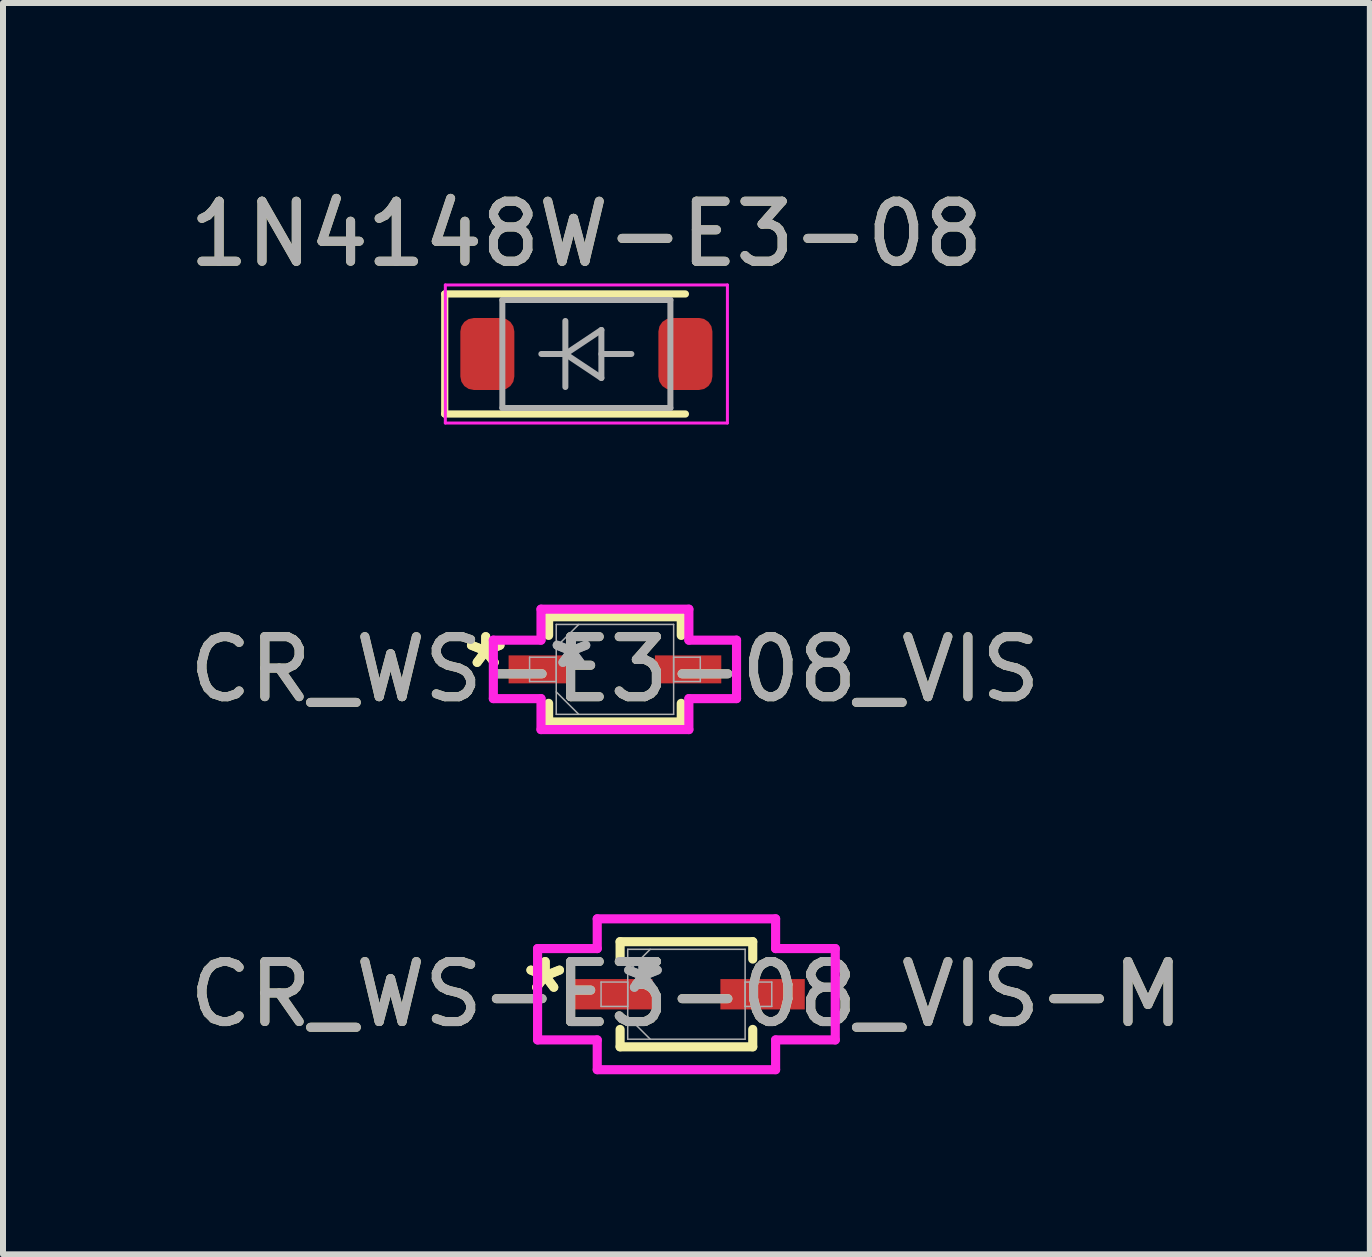
<source format=kicad_pcb>
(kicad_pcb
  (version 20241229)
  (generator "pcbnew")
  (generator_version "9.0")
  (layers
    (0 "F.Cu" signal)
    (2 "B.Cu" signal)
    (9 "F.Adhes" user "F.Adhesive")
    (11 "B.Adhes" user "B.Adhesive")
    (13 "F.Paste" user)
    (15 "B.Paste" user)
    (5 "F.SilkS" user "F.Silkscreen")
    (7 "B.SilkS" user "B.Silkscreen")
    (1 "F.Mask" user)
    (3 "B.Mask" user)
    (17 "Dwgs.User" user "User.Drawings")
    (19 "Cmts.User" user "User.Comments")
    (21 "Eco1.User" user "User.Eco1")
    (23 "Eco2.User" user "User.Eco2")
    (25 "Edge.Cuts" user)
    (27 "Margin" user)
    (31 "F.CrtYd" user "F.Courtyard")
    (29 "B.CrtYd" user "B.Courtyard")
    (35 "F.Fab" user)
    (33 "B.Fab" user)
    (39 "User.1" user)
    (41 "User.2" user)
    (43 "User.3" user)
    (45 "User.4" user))
  (footprint "CR_WS-E3-08_VIS-M"
    (layer "F.Cu")
    (at 8.387 13.516)
    (property "Reference" "CR_WS-E3-08_VIS-M" (at 0 0 0) (unlocked yes) (layer "F.SilkS") (effects (font (size 1 1) (thickness 0.15))))
    (attr smd)
    (fp_line (start -1.105 -0.876) (end -1.105 -0.586) (stroke (width 0.152) (type solid)) (layer "F.SilkS"))
    (fp_line (start -1.105 0.586) (end -1.105 0.876) (stroke (width 0.152) (type solid)) (layer "F.SilkS"))
    (fp_line (start -1.105 0.876) (end 1.105 0.876) (stroke (width 0.152) (type solid)) (layer "F.SilkS"))
    (fp_line (start 1.105 -0.876) (end -1.105 -0.876) (stroke (width 0.152) (type solid)) (layer "F.SilkS"))
    (fp_line (start 1.105 -0.586) (end 1.105 -0.876) (stroke (width 0.152) (type solid)) (layer "F.SilkS"))
    (fp_line (start 1.105 0.876) (end 1.105 0.586) (stroke (width 0.152) (type solid)) (layer "F.SilkS"))
    (fp_line (start -2.48 -0.761) (end -1.486 -0.761) (stroke (width 0.152) (type solid)) (layer "F.CrtYd"))
    (fp_line (start -2.48 0.761) (end -2.48 -0.761) (stroke (width 0.152) (type solid)) (layer "F.CrtYd"))
    (fp_line (start -1.486 -1.257) (end 1.486 -1.257) (stroke (width 0.152) (type solid)) (layer "F.CrtYd"))
    (fp_line (start -1.486 -0.761) (end -1.486 -1.257) (stroke (width 0.152) (type solid)) (layer "F.CrtYd"))
    (fp_line (start -1.486 0.761) (end -2.48 0.761) (stroke (width 0.152) (type solid)) (layer "F.CrtYd"))
    (fp_line (start -1.486 1.257) (end -1.486 0.761) (stroke (width 0.152) (type solid)) (layer "F.CrtYd"))
    (fp_line (start 1.486 -1.257) (end 1.486 -0.761) (stroke (width 0.152) (type solid)) (layer "F.CrtYd"))
    (fp_line (start 1.486 -0.761) (end 2.48 -0.761) (stroke (width 0.152) (type solid)) (layer "F.CrtYd"))
    (fp_line (start 1.486 0.761) (end 1.486 1.257) (stroke (width 0.152) (type solid)) (layer "F.CrtYd"))
    (fp_line (start 1.486 1.257) (end -1.486 1.257) (stroke (width 0.152) (type solid)) (layer "F.CrtYd"))
    (fp_line (start 2.48 -0.761) (end 2.48 0.761) (stroke (width 0.152) (type solid)) (layer "F.CrtYd"))
    (fp_line (start 2.48 0.761) (end 1.486 0.761) (stroke (width 0.152) (type solid)) (layer "F.CrtYd"))
    (fp_line (start -1.422 -0.203) (end -1.422 0.203) (stroke (width 0.025) (type solid)) (layer "F.Fab"))
    (fp_line (start -1.422 0.203) (end -0.978 0.203) (stroke (width 0.025) (type solid)) (layer "F.Fab"))
    (fp_line (start -0.978 -0.749) (end -0.978 0.749) (stroke (width 0.025) (type solid)) (layer "F.Fab"))
    (fp_line (start -0.978 -0.375) (end -0.603 -0.749) (stroke (width 0.025) (type solid)) (layer "F.Fab"))
    (fp_line (start -0.978 -0.203) (end -1.422 -0.203) (stroke (width 0.025) (type solid)) (layer "F.Fab"))
    (fp_line (start -0.978 0.203) (end -0.978 -0.203) (stroke (width 0.025) (type solid)) (layer "F.Fab"))
    (fp_line (start -0.978 0.375) (end -0.603 0.749) (stroke (width 0.025) (type solid)) (layer "F.Fab"))
    (fp_line (start -0.978 0.749) (end 0.978 0.749) (stroke (width 0.025) (type solid)) (layer "F.Fab"))
    (fp_line (start 0.978 -0.749) (end -0.978 -0.749) (stroke (width 0.025) (type solid)) (layer "F.Fab"))
    (fp_line (start 0.978 -0.203) (end 0.978 0.203) (stroke (width 0.025) (type solid)) (layer "F.Fab"))
    (fp_line (start 0.978 0.203) (end 1.422 0.203) (stroke (width 0.025) (type solid)) (layer "F.Fab"))
    (fp_line (start 0.978 0.749) (end 0.978 -0.749) (stroke (width 0.025) (type solid)) (layer "F.Fab"))
    (fp_line (start 1.422 -0.203) (end 0.978 -0.203) (stroke (width 0.025) (type solid)) (layer "F.Fab"))
    (fp_line (start 1.422 0.203) (end 1.422 -0.203) (stroke (width 0.025) (type solid)) (layer "F.Fab"))
    (fp_text user "*" (at -2.353 0 0) (layer "F.SilkS") (effects (font (size 1 1) (thickness 0.15))))
    (fp_text user "*" (at -2.353 0 0) (unlocked yes) (layer "F.SilkS") (effects (font (size 1 1) (thickness 0.15))))
    (fp_text user "*" (at -0.724 0 0) (unlocked yes) (layer "F.Fab") (effects (font (size 1 1) (thickness 0.15))))
    (fp_text user "*" (at -0.724 0 0) (layer "F.Fab") (effects (font (size 1 1) (thickness 0.15))))
    (fp_text user "${REFERENCE}" (at 0 0 0) (unlocked yes) (layer "F.Fab") (effects (font (size 1 1) (thickness 0.15))))
    (pad "1" smd rect (at -1.269 0) (size 1.406 0.506) (layers "F.Cu" "F.Mask" "F.Paste"))
    (pad "2" smd rect (at 1.269 0) (size 1.406 0.506) (layers "F.Cu" "F.Mask" "F.Paste")))
  (footprint "CR_WS-E3-08_VIS"
    (layer "F.Cu")
    (at 7.196 8.103)
    (property "Reference" "CR_WS-E3-08_VIS" (at 0 0 0) (unlocked yes) (layer "F.SilkS") (effects (font (size 1 1) (thickness 0.15))))
    (attr smd)
    (fp_line (start -1.105 -0.876) (end -1.105 -0.566) (stroke (width 0.152) (type solid)) (layer "F.SilkS"))
    (fp_line (start -1.105 0.566) (end -1.105 0.876) (stroke (width 0.152) (type solid)) (layer "F.SilkS"))
    (fp_line (start -1.105 0.876) (end 1.105 0.876) (stroke (width 0.152) (type solid)) (layer "F.SilkS"))
    (fp_line (start 1.105 -0.876) (end -1.105 -0.876) (stroke (width 0.152) (type solid)) (layer "F.SilkS"))
    (fp_line (start 1.105 -0.566) (end 1.105 -0.876) (stroke (width 0.152) (type solid)) (layer "F.SilkS"))
    (fp_line (start 1.105 0.876) (end 1.105 0.566) (stroke (width 0.152) (type solid)) (layer "F.SilkS"))
    (fp_line (start -2.026 -0.487) (end -1.232 -0.487) (stroke (width 0.152) (type solid)) (layer "F.CrtYd"))
    (fp_line (start -2.026 0.487) (end -2.026 -0.487) (stroke (width 0.152) (type solid)) (layer "F.CrtYd"))
    (fp_line (start -1.232 -1.003) (end 1.232 -1.003) (stroke (width 0.152) (type solid)) (layer "F.CrtYd"))
    (fp_line (start -1.232 -0.487) (end -1.232 -1.003) (stroke (width 0.152) (type solid)) (layer "F.CrtYd"))
    (fp_line (start -1.232 0.487) (end -2.026 0.487) (stroke (width 0.152) (type solid)) (layer "F.CrtYd"))
    (fp_line (start -1.232 1.003) (end -1.232 0.487) (stroke (width 0.152) (type solid)) (layer "F.CrtYd"))
    (fp_line (start 1.232 -1.003) (end 1.232 -0.487) (stroke (width 0.152) (type solid)) (layer "F.CrtYd"))
    (fp_line (start 1.232 -0.487) (end 2.026 -0.487) (stroke (width 0.152) (type solid)) (layer "F.CrtYd"))
    (fp_line (start 1.232 0.487) (end 1.232 1.003) (stroke (width 0.152) (type solid)) (layer "F.CrtYd"))
    (fp_line (start 1.232 1.003) (end -1.232 1.003) (stroke (width 0.152) (type solid)) (layer "F.CrtYd"))
    (fp_line (start 2.026 -0.487) (end 2.026 0.487) (stroke (width 0.152) (type solid)) (layer "F.CrtYd"))
    (fp_line (start 2.026 0.487) (end 1.232 0.487) (stroke (width 0.152) (type solid)) (layer "F.CrtYd"))
    (fp_line (start -1.422 -0.203) (end -1.422 0.203) (stroke (width 0.025) (type solid)) (layer "F.Fab"))
    (fp_line (start -1.422 0.203) (end -0.978 0.203) (stroke (width 0.025) (type solid)) (layer "F.Fab"))
    (fp_line (start -0.978 -0.749) (end -0.978 0.749) (stroke (width 0.025) (type solid)) (layer "F.Fab"))
    (fp_line (start -0.978 -0.375) (end -0.603 -0.749) (stroke (width 0.025) (type solid)) (layer "F.Fab"))
    (fp_line (start -0.978 -0.203) (end -1.422 -0.203) (stroke (width 0.025) (type solid)) (layer "F.Fab"))
    (fp_line (start -0.978 0.203) (end -0.978 -0.203) (stroke (width 0.025) (type solid)) (layer "F.Fab"))
    (fp_line (start -0.978 0.375) (end -0.603 0.749) (stroke (width 0.025) (type solid)) (layer "F.Fab"))
    (fp_line (start -0.978 0.749) (end 0.978 0.749) (stroke (width 0.025) (type solid)) (layer "F.Fab"))
    (fp_line (start 0.978 -0.749) (end -0.978 -0.749) (stroke (width 0.025) (type solid)) (layer "F.Fab"))
    (fp_line (start 0.978 -0.203) (end 0.978 0.203) (stroke (width 0.025) (type solid)) (layer "F.Fab"))
    (fp_line (start 0.978 0.203) (end 1.422 0.203) (stroke (width 0.025) (type solid)) (layer "F.Fab"))
    (fp_line (start 0.978 0.749) (end 0.978 -0.749) (stroke (width 0.025) (type solid)) (layer "F.Fab"))
    (fp_line (start 1.422 -0.203) (end 0.978 -0.203) (stroke (width 0.025) (type solid)) (layer "F.Fab"))
    (fp_line (start 1.422 0.203) (end 1.422 -0.203) (stroke (width 0.025) (type solid)) (layer "F.Fab"))
    (fp_text user "*" (at -2.153 0 0) (layer "F.SilkS") (effects (font (size 1 1) (thickness 0.15))))
    (fp_text user "*" (at -2.153 0 0) (unlocked yes) (layer "F.SilkS") (effects (font (size 1 1) (thickness 0.15))))
    (fp_text user "${REFERENCE}" (at 0 0 0) (unlocked yes) (layer "F.Fab") (effects (font (size 1 1) (thickness 0.15))))
    (fp_text user "*" (at -0.724 0 0) (layer "F.Fab") (effects (font (size 1 1) (thickness 0.15))))
    (fp_text user "*" (at -0.724 0 0) (unlocked yes) (layer "F.Fab") (effects (font (size 1 1) (thickness 0.15))))
    (pad "1" smd rect (at -1.219 0) (size 1.106 0.466) (layers "F.Cu" "F.Mask" "F.Paste"))
    (pad "2" smd rect (at 1.219 0) (size 1.106 0.466) (layers "F.Cu" "F.Mask" "F.Paste")))
  (footprint "1N4148W-E3-08"
    (layer "F.Cu")
    (at 6.72 2.848)
    (property "Reference" "1N4148W-E3-08" (at 0 -2 0) (layer "F.SilkS") (effects (font (size 1 1) (thickness 0.15))))
    (attr smd)
    (fp_line (start -2.36 -1) (end -2.36 1) (stroke (width 0.12) (type solid)) (layer "F.SilkS"))
    (fp_line (start -2.36 -1) (end 1.65 -1) (stroke (width 0.12) (type solid)) (layer "F.SilkS"))
    (fp_line (start -2.36 1) (end 1.65 1) (stroke (width 0.12) (type solid)) (layer "F.SilkS"))
    (fp_line (start -2.35 -1.15) (end -2.35 1.15) (stroke (width 0.05) (type solid)) (layer "F.CrtYd"))
    (fp_line (start -2.35 -1.15) (end 2.35 -1.15) (stroke (width 0.05) (type solid)) (layer "F.CrtYd"))
    (fp_line (start 2.35 -1.15) (end 2.35 1.15) (stroke (width 0.05) (type solid)) (layer "F.CrtYd"))
    (fp_line (start 2.35 1.15) (end -2.35 1.15) (stroke (width 0.05) (type solid)) (layer "F.CrtYd"))
    (fp_line (start -1.4 -0.9) (end 1.4 -0.9) (stroke (width 0.1) (type solid)) (layer "F.Fab"))
    (fp_line (start -1.4 0.9) (end -1.4 -0.9) (stroke (width 0.1) (type solid)) (layer "F.Fab"))
    (fp_line (start -0.75 0) (end -0.35 0) (stroke (width 0.1) (type solid)) (layer "F.Fab"))
    (fp_line (start -0.35 0) (end -0.35 -0.55) (stroke (width 0.1) (type solid)) (layer "F.Fab"))
    (fp_line (start -0.35 0) (end -0.35 0.55) (stroke (width 0.1) (type solid)) (layer "F.Fab"))
    (fp_line (start -0.35 0) (end 0.25 -0.4) (stroke (width 0.1) (type solid)) (layer "F.Fab"))
    (fp_line (start 0.25 -0.4) (end 0.25 0.4) (stroke (width 0.1) (type solid)) (layer "F.Fab"))
    (fp_line (start 0.25 0) (end 0.75 0) (stroke (width 0.1) (type solid)) (layer "F.Fab"))
    (fp_line (start 0.25 0.4) (end -0.35 0) (stroke (width 0.1) (type solid)) (layer "F.Fab"))
    (fp_line (start 1.4 -0.9) (end 1.4 0.9) (stroke (width 0.1) (type solid)) (layer "F.Fab"))
    (fp_line (start 1.4 0.9) (end -1.4 0.9) (stroke (width 0.1) (type solid)) (layer "F.Fab"))
    (fp_text user "${REFERENCE}" (at 0 -2 0) (layer "F.Fab") (effects (font (size 1 1) (thickness 0.15))))
    (pad "1" smd roundrect (at -1.65 0) (size 0.9 1.2) (layers "F.Cu" "F.Mask" "F.Paste") (roundrect_rratio 0.25))
    (pad "2" smd roundrect (at 1.65 0) (size 0.9 1.2) (layers "F.Cu" "F.Mask" "F.Paste") (roundrect_rratio 0.25)))
  (gr_rect
    (start -3 -3)
    (end 19.774 17.849)
    (stroke (width 0.1) (type default))
    (fill no)
    (layer "Edge.Cuts")))
</source>
